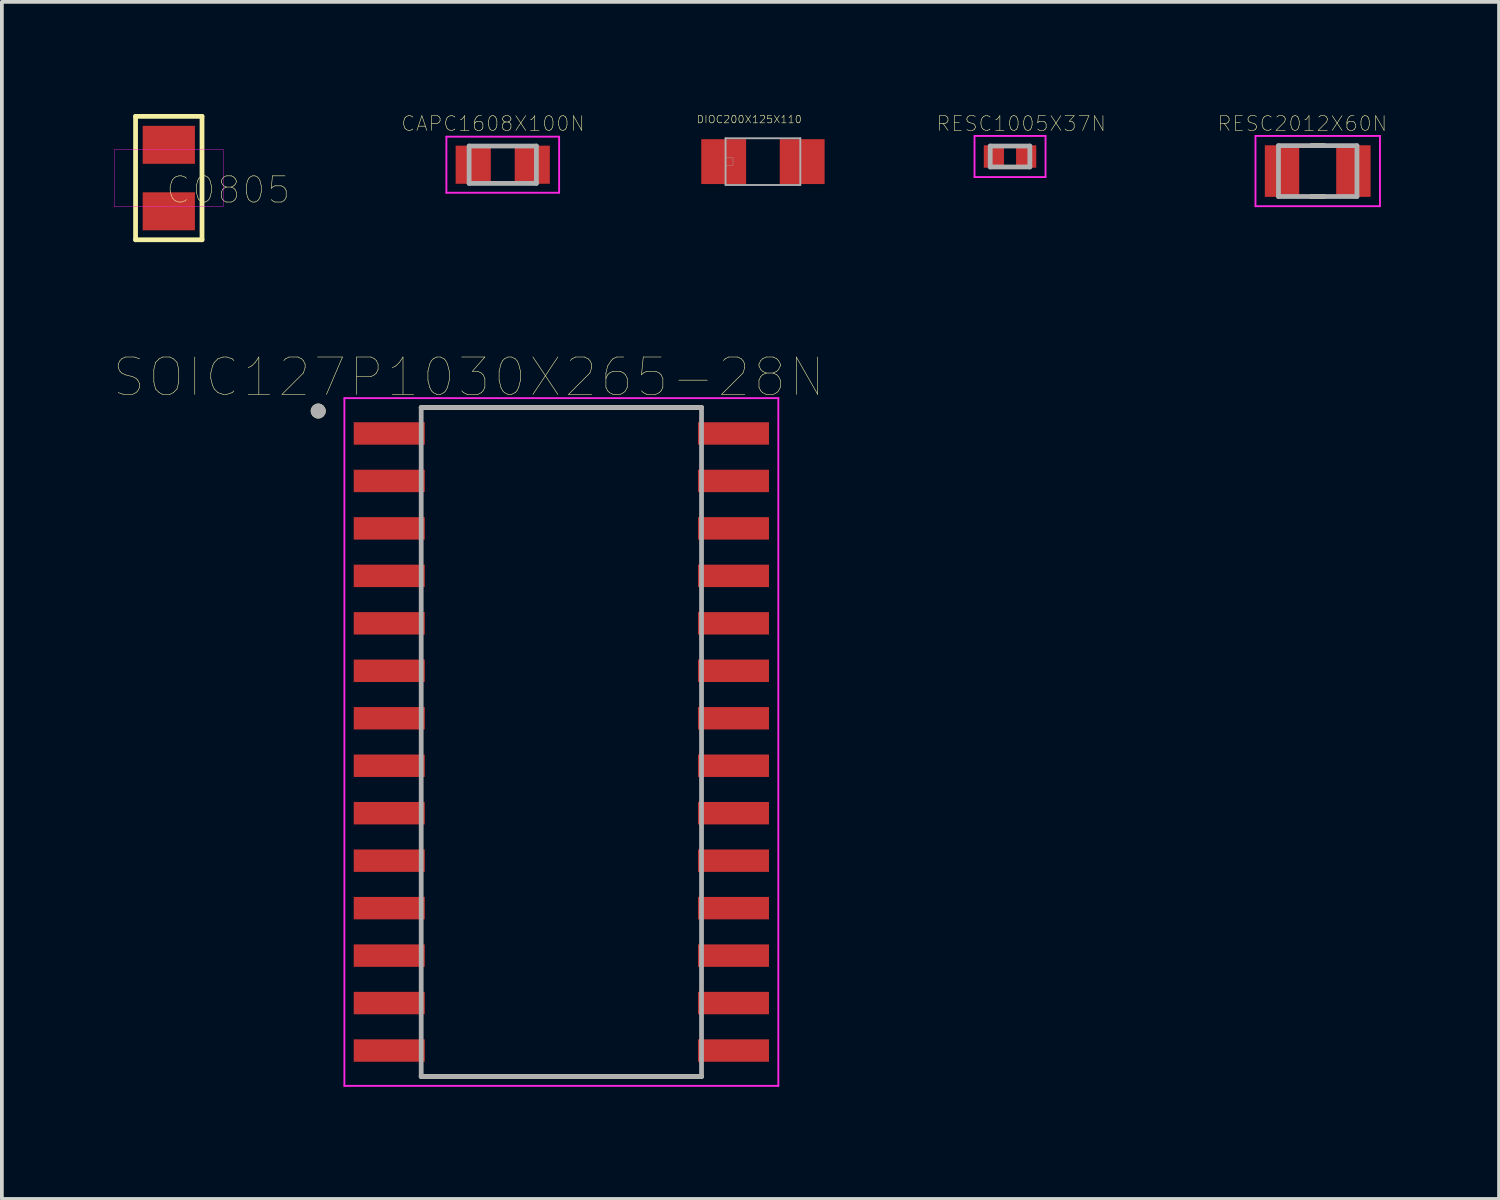
<source format=kicad_pcb>
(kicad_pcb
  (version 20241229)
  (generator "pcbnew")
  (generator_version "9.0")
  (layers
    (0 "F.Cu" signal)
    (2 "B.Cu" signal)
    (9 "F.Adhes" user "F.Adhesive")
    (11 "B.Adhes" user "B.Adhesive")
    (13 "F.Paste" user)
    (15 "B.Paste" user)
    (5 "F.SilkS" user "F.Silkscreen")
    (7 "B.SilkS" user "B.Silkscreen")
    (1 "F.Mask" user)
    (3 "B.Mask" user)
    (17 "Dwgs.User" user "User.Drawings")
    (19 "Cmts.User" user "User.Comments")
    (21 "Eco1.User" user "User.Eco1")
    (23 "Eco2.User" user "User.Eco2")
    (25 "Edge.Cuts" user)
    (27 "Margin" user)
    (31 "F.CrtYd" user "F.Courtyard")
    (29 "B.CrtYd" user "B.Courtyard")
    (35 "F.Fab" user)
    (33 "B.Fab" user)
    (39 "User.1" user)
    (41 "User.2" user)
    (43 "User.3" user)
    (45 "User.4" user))
  (footprint "RESC1005X37N"
    (layer "F.Cu")
    (at 23.973 1.137)
    (property "Reference" "RESC1005X37N" (at 0.3 -0.88 0) (layer "F.SilkS") (effects (font (size 0.394 0.394) (thickness 0.015))))
    (attr through_hole)
    (fp_line (start -0.95 -0.55) (end 0.95 -0.55) (stroke (width 0.05) (type solid)) (layer "F.CrtYd"))
    (fp_line (start -0.95 0.55) (end -0.95 -0.55) (stroke (width 0.05) (type solid)) (layer "F.CrtYd"))
    (fp_line (start -0.95 0.55) (end 0.95 0.55) (stroke (width 0.05) (type solid)) (layer "F.CrtYd"))
    (fp_line (start 0.95 0.55) (end 0.95 -0.55) (stroke (width 0.05) (type solid)) (layer "F.CrtYd"))
    (fp_line (start -0.53 0.28) (end -0.53 -0.28) (stroke (width 0.127) (type solid)) (layer "F.Fab"))
    (fp_line (start 0.53 -0.28) (end -0.53 -0.28) (stroke (width 0.127) (type solid)) (layer "F.Fab"))
    (fp_line (start 0.53 0.28) (end -0.53 0.28) (stroke (width 0.127) (type solid)) (layer "F.Fab"))
    (fp_line (start 0.53 0.28) (end 0.53 -0.28) (stroke (width 0.127) (type solid)) (layer "F.Fab"))
    (pad "1" smd rect (at -0.432 0) (size 0.54 0.6) (layers "F.Cu" "F.Mask" "F.Paste"))
    (pad "2" smd rect (at 0.432 0) (size 0.54 0.6) (layers "F.Cu" "F.Mask" "F.Paste")))
  (footprint "C0805"
    (layer "F.Cu")
    (at 1.466 1.714)
    (property "Reference" "C0805" (at 1.589 0.318 180) (layer "F.SilkS") (effects (font (size 0.701 0.701) (thickness 0.015))))
    (attr through_hole)
    (fp_line (start -0.889 -1.651) (end 0.889 -1.651) (stroke (width 0.127) (type solid)) (layer "F.SilkS"))
    (fp_line (start -0.889 1.651) (end -0.889 -1.651) (stroke (width 0.127) (type solid)) (layer "F.SilkS"))
    (fp_line (start 0.889 -1.651) (end 0.889 1.651) (stroke (width 0.127) (type solid)) (layer "F.SilkS"))
    (fp_line (start 0.889 1.651) (end -0.889 1.651) (stroke (width 0.127) (type solid)) (layer "F.SilkS"))
    (fp_poly (pts (xy -1.461 -0.762) (xy 1.46 -0.762) (xy 1.46 0.762) (xy -1.461 0.762)) (stroke (width 0.01) (type solid)) (fill no) (layer "F.CrtYd"))
    (pad "1" smd rect (at 0 -0.889) (size 1.397 1.016) (layers "F.Cu" "F.Mask" "F.Paste"))
    (pad "2" smd rect (at 0 0.889) (size 1.397 1.016) (layers "F.Cu" "F.Mask" "F.Paste")))
  (footprint "SOIC127P1030X265-28N"
    (layer "F.Cu")
    (at 11.969 16.802)
    (property "Reference" "SOIC127P1030X265-28N" (at -2.475 -9.762 0) (layer "F.SilkS") (effects (font (size 1 1) (thickness 0.015))))
    (attr through_hole)
    (fp_line (start -3.75 -8.95) (end 3.75 -8.95) (stroke (width 0.127) (type solid)) (layer "F.SilkS"))
    (fp_line (start -3.75 8.95) (end 3.75 8.95) (stroke (width 0.127) (type solid)) (layer "F.SilkS"))
    (fp_circle (center -6.505 -8.855) (end -6.405 -8.855) (stroke (width 0.2) (type solid)) (fill no) (layer "F.SilkS"))
    (fp_line (start -5.805 -9.2) (end -5.805 9.2) (stroke (width 0.05) (type solid)) (layer "F.CrtYd"))
    (fp_line (start -5.805 -9.2) (end 5.805 -9.2) (stroke (width 0.05) (type solid)) (layer "F.CrtYd"))
    (fp_line (start -5.805 9.2) (end 5.805 9.2) (stroke (width 0.05) (type solid)) (layer "F.CrtYd"))
    (fp_line (start 5.805 -9.2) (end 5.805 9.2) (stroke (width 0.05) (type solid)) (layer "F.CrtYd"))
    (fp_line (start -3.75 -8.95) (end -3.75 8.95) (stroke (width 0.127) (type solid)) (layer "F.Fab"))
    (fp_line (start -3.75 -8.95) (end 3.75 -8.95) (stroke (width 0.127) (type solid)) (layer "F.Fab"))
    (fp_line (start -3.75 8.95) (end 3.75 8.95) (stroke (width 0.127) (type solid)) (layer "F.Fab"))
    (fp_line (start 3.75 -8.95) (end 3.75 8.95) (stroke (width 0.127) (type solid)) (layer "F.Fab"))
    (fp_circle (center -6.505 -8.855) (end -6.405 -8.855) (stroke (width 0.2) (type solid)) (fill no) (layer "F.Fab"))
    (pad "1" smd rect (at -4.605 -8.255) (size 1.9 0.6) (layers "F.Cu" "F.Mask" "F.Paste"))
    (pad "2" smd rect (at -4.605 -6.985) (size 1.9 0.6) (layers "F.Cu" "F.Mask" "F.Paste"))
    (pad "3" smd rect (at -4.605 -5.715) (size 1.9 0.6) (layers "F.Cu" "F.Mask" "F.Paste"))
    (pad "4" smd rect (at -4.605 -4.445) (size 1.9 0.6) (layers "F.Cu" "F.Mask" "F.Paste"))
    (pad "5" smd rect (at -4.605 -3.175) (size 1.9 0.6) (layers "F.Cu" "F.Mask" "F.Paste"))
    (pad "6" smd rect (at -4.605 -1.905) (size 1.9 0.6) (layers "F.Cu" "F.Mask" "F.Paste"))
    (pad "7" smd rect (at -4.605 -0.635) (size 1.9 0.6) (layers "F.Cu" "F.Mask" "F.Paste"))
    (pad "8" smd rect (at -4.605 0.635) (size 1.9 0.6) (layers "F.Cu" "F.Mask" "F.Paste"))
    (pad "9" smd rect (at -4.605 1.905) (size 1.9 0.6) (layers "F.Cu" "F.Mask" "F.Paste"))
    (pad "10" smd rect (at -4.605 3.175) (size 1.9 0.6) (layers "F.Cu" "F.Mask" "F.Paste"))
    (pad "11" smd rect (at -4.605 4.445) (size 1.9 0.6) (layers "F.Cu" "F.Mask" "F.Paste"))
    (pad "12" smd rect (at -4.605 5.715) (size 1.9 0.6) (layers "F.Cu" "F.Mask" "F.Paste"))
    (pad "13" smd rect (at -4.605 6.985) (size 1.9 0.6) (layers "F.Cu" "F.Mask" "F.Paste"))
    (pad "14" smd rect (at -4.605 8.255) (size 1.9 0.6) (layers "F.Cu" "F.Mask" "F.Paste"))
    (pad "15" smd rect (at 4.605 8.255) (size 1.9 0.6) (layers "F.Cu" "F.Mask" "F.Paste"))
    (pad "16" smd rect (at 4.605 6.985) (size 1.9 0.6) (layers "F.Cu" "F.Mask" "F.Paste"))
    (pad "17" smd rect (at 4.605 5.715) (size 1.9 0.6) (layers "F.Cu" "F.Mask" "F.Paste"))
    (pad "18" smd rect (at 4.605 4.445) (size 1.9 0.6) (layers "F.Cu" "F.Mask" "F.Paste"))
    (pad "19" smd rect (at 4.605 3.175) (size 1.9 0.6) (layers "F.Cu" "F.Mask" "F.Paste"))
    (pad "20" smd rect (at 4.605 1.905) (size 1.9 0.6) (layers "F.Cu" "F.Mask" "F.Paste"))
    (pad "21" smd rect (at 4.605 0.635) (size 1.9 0.6) (layers "F.Cu" "F.Mask" "F.Paste"))
    (pad "22" smd rect (at 4.605 -0.635) (size 1.9 0.6) (layers "F.Cu" "F.Mask" "F.Paste"))
    (pad "23" smd rect (at 4.605 -1.905) (size 1.9 0.6) (layers "F.Cu" "F.Mask" "F.Paste"))
    (pad "24" smd rect (at 4.605 -3.175) (size 1.9 0.6) (layers "F.Cu" "F.Mask" "F.Paste"))
    (pad "25" smd rect (at 4.605 -4.445) (size 1.9 0.6) (layers "F.Cu" "F.Mask" "F.Paste"))
    (pad "26" smd rect (at 4.605 -5.715) (size 1.9 0.6) (layers "F.Cu" "F.Mask" "F.Paste"))
    (pad "27" smd rect (at 4.605 -6.985) (size 1.9 0.6) (layers "F.Cu" "F.Mask" "F.Paste"))
    (pad "28" smd rect (at 4.605 -8.255) (size 1.9 0.6) (layers "F.Cu" "F.Mask" "F.Paste")))
  (footprint "RESC2012X60N"
    (layer "F.Cu")
    (at 32.205 1.527)
    (property "Reference" "RESC2012X60N" (at -0.41 -1.27 0) (layer "F.SilkS") (effects (font (size 0.394 0.394) (thickness 0.015))))
    (attr through_hole)
    (fp_line (start -0.17 -0.68) (end 0.17 -0.68) (stroke (width 0.127) (type solid)) (layer "F.SilkS"))
    (fp_line (start -0.17 0.68) (end 0.17 0.68) (stroke (width 0.127) (type solid)) (layer "F.SilkS"))
    (fp_line (start -1.665 -0.94) (end 1.665 -0.94) (stroke (width 0.05) (type solid)) (layer "F.CrtYd"))
    (fp_line (start -1.665 0.94) (end -1.665 -0.94) (stroke (width 0.05) (type solid)) (layer "F.CrtYd"))
    (fp_line (start -1.665 0.94) (end 1.665 0.94) (stroke (width 0.05) (type solid)) (layer "F.CrtYd"))
    (fp_line (start 1.665 0.94) (end 1.665 -0.94) (stroke (width 0.05) (type solid)) (layer "F.CrtYd"))
    (fp_line (start -1.05 0.68) (end -1.05 -0.68) (stroke (width 0.127) (type solid)) (layer "F.Fab"))
    (fp_line (start 1.05 -0.68) (end -1.05 -0.68) (stroke (width 0.127) (type solid)) (layer "F.Fab"))
    (fp_line (start 1.05 0.68) (end -1.05 0.68) (stroke (width 0.127) (type solid)) (layer "F.Fab"))
    (fp_line (start 1.05 0.68) (end 1.05 -0.68) (stroke (width 0.127) (type solid)) (layer "F.Fab"))
    (pad "1" smd rect (at -0.955 0) (size 0.92 1.38) (layers "F.Cu" "F.Mask" "F.Paste"))
    (pad "2" smd rect (at 0.955 0) (size 0.92 1.38) (layers "F.Cu" "F.Mask" "F.Paste")))
  (footprint "DIOC200X125X110"
    (layer "F.Cu")
    (at 17.362 1.274)
    (property "Reference" "DIOC200X125X110" (at -0.366 -1.13 0) (layer "F.SilkS") (effects (font (size 0.201 0.201) (thickness 0.015))))
    (attr through_hole)
    (fp_line (start -1 -0.625) (end -1 0.625) (stroke (width 0.05) (type solid)) (layer "F.Fab"))
    (fp_line (start -1 0.625) (end 1 0.625) (stroke (width 0.05) (type solid)) (layer "F.Fab"))
    (fp_line (start 1 -0.625) (end -1 -0.625) (stroke (width 0.05) (type solid)) (layer "F.Fab"))
    (fp_line (start 1 0.625) (end 1 -0.625) (stroke (width 0.05) (type solid)) (layer "F.Fab"))
    (fp_poly (pts (xy -1.002 -0.1) (xy -0.8 -0.1) (xy -0.8 0.1) (xy -1.002 0.1)) (stroke (width 0.01) (type solid)) (fill no) (layer "F.Fab"))
    (pad "+" smd rect (at 1.05 0) (size 1.2 1.2) (layers "F.Cu" "F.Mask" "F.Paste"))
    (pad "-" smd rect (at -1.05 0) (size 1.2 1.2) (layers "F.Cu" "F.Mask" "F.Paste")))
  (footprint "CAPC1608X100N"
    (layer "F.Cu")
    (at 10.401 1.357)
    (property "Reference" "CAPC1608X100N" (at -0.26 -1.1 0) (layer "F.SilkS") (effects (font (size 0.394 0.394) (thickness 0.015))))
    (attr through_hole)
    (fp_line (start -1.508 -0.75) (end 1.508 -0.75) (stroke (width 0.05) (type solid)) (layer "F.CrtYd"))
    (fp_line (start -1.508 0.75) (end -1.508 -0.75) (stroke (width 0.05) (type solid)) (layer "F.CrtYd"))
    (fp_line (start -1.508 0.75) (end 1.508 0.75) (stroke (width 0.05) (type solid)) (layer "F.CrtYd"))
    (fp_line (start 1.508 0.75) (end 1.508 -0.75) (stroke (width 0.05) (type solid)) (layer "F.CrtYd"))
    (fp_line (start -0.9 0.5) (end -0.9 -0.5) (stroke (width 0.127) (type solid)) (layer "F.Fab"))
    (fp_line (start 0.9 -0.5) (end -0.9 -0.5) (stroke (width 0.127) (type solid)) (layer "F.Fab"))
    (fp_line (start 0.9 0.5) (end -0.9 0.5) (stroke (width 0.127) (type solid)) (layer "F.Fab"))
    (fp_line (start 0.9 0.5) (end 0.9 -0.5) (stroke (width 0.127) (type solid)) (layer "F.Fab"))
    (pad "1" smd rect (at -0.79 0) (size 0.94 1.02) (layers "F.Cu" "F.Mask" "F.Paste"))
    (pad "2" smd rect (at 0.79 0) (size 0.94 1.02) (layers "F.Cu" "F.Mask" "F.Paste")))
  (gr_rect
    (start -3 -3)
    (end 37.056 29.027)
    (stroke (width 0.1) (type default))
    (fill no)
    (layer "Edge.Cuts")))
</source>
